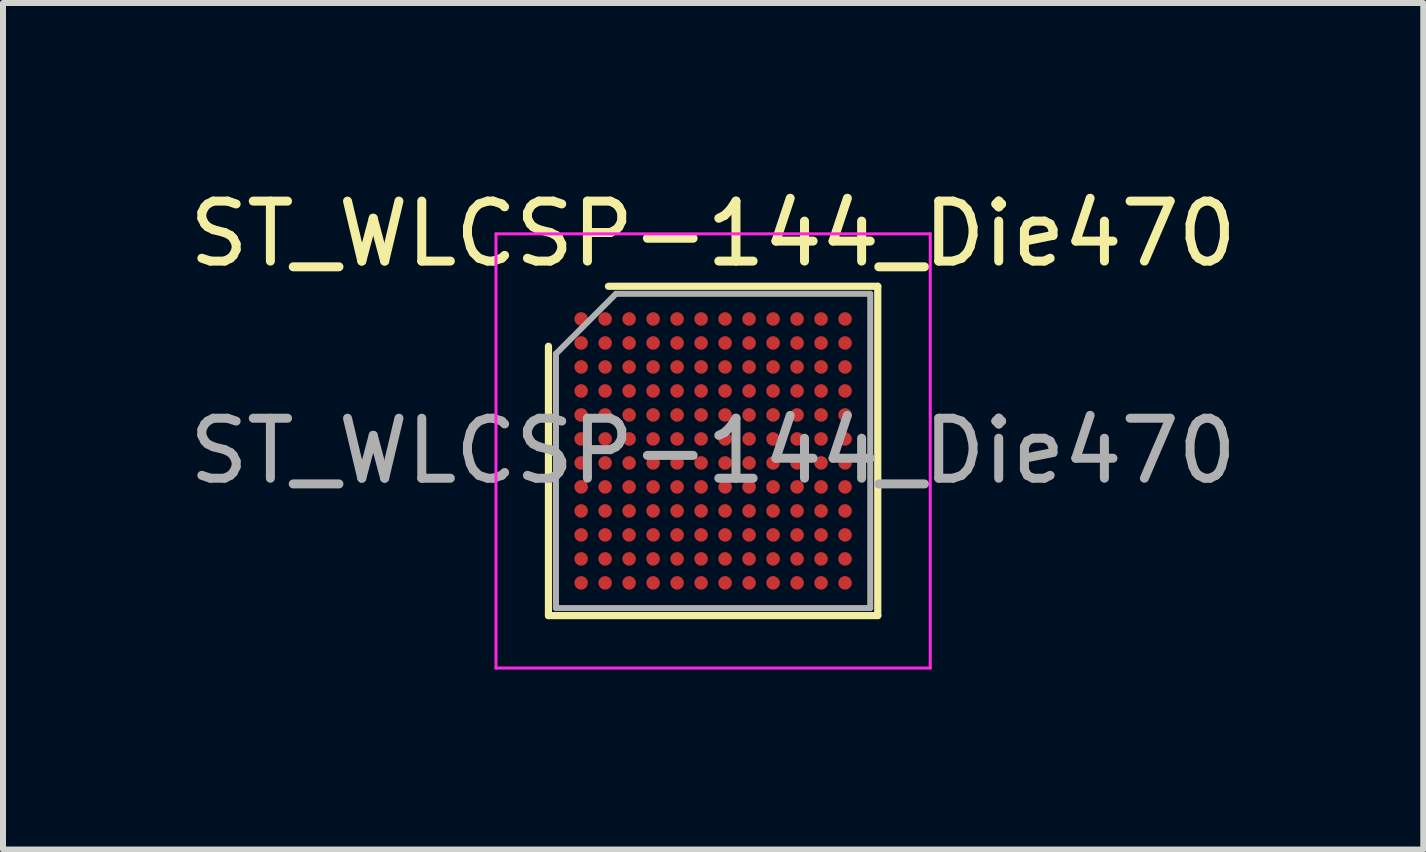
<source format=kicad_pcb>
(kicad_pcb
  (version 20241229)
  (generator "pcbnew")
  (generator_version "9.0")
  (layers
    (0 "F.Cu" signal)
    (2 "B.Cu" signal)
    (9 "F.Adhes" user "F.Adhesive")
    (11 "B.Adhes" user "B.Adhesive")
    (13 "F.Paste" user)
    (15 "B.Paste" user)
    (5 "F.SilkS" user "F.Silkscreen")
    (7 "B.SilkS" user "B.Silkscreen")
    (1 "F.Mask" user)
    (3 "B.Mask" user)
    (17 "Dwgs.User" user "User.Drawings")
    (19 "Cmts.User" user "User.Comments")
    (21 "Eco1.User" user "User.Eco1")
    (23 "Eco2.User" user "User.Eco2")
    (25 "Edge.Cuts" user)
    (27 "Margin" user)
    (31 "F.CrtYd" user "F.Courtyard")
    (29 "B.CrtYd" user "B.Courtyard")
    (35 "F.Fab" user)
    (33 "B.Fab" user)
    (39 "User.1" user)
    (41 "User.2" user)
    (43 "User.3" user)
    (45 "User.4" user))
  (footprint "ST_WLCSP-144_Die470"
    (layer "F.Cu")
    (at 8.839 4.468)
    (property "Reference" "ST_WLCSP-144_Die470" (at 0 -3.62 0) (layer "F.SilkS") (effects (font (size 1 1) (thickness 0.15))))
    (attr smd)
    (fp_line (start -2.745 2.745) (end -2.745 -1.745) (stroke (width 0.12) (type solid)) (layer "F.SilkS"))
    (fp_line (start -1.745 -2.745) (end 2.745 -2.745) (stroke (width 0.12) (type solid)) (layer "F.SilkS"))
    (fp_line (start 2.745 -2.745) (end 2.745 2.745) (stroke (width 0.12) (type solid)) (layer "F.SilkS"))
    (fp_line (start 2.745 2.745) (end -2.745 2.745) (stroke (width 0.12) (type solid)) (layer "F.SilkS"))
    (fp_line (start -3.62 -3.62) (end -3.62 3.62) (stroke (width 0.05) (type solid)) (layer "F.CrtYd"))
    (fp_line (start -3.62 3.62) (end 3.62 3.62) (stroke (width 0.05) (type solid)) (layer "F.CrtYd"))
    (fp_line (start 3.62 -3.62) (end -3.62 -3.62) (stroke (width 0.05) (type solid)) (layer "F.CrtYd"))
    (fp_line (start 3.62 3.62) (end 3.62 -3.62) (stroke (width 0.05) (type solid)) (layer "F.CrtYd"))
    (fp_line (start -2.62 -1.62) (end -1.62 -2.62) (stroke (width 0.1) (type solid)) (layer "F.Fab"))
    (fp_line (start -2.62 2.62) (end -2.62 -1.62) (stroke (width 0.1) (type solid)) (layer "F.Fab"))
    (fp_line (start -1.62 -2.62) (end 2.62 -2.62) (stroke (width 0.1) (type solid)) (layer "F.Fab"))
    (fp_line (start 2.62 -2.62) (end 2.62 2.62) (stroke (width 0.1) (type solid)) (layer "F.Fab"))
    (fp_line (start 2.62 2.62) (end -2.62 2.62) (stroke (width 0.1) (type solid)) (layer "F.Fab"))
    (fp_text user "${REFERENCE}" (at 0 0 0) (layer "F.Fab") (effects (font (size 1 1) (thickness 0.15))))
    (pad "A1" smd circle (at -2.2 -2.2) (size 0.225 0.225) (layers "F.Cu" "F.Mask" "F.Paste"))
    (pad "A2" smd circle (at -1.8 -2.2) (size 0.225 0.225) (layers "F.Cu" "F.Mask" "F.Paste"))
    (pad "A3" smd circle (at -1.4 -2.2) (size 0.225 0.225) (layers "F.Cu" "F.Mask" "F.Paste"))
    (pad "A4" smd circle (at -1 -2.2) (size 0.225 0.225) (layers "F.Cu" "F.Mask" "F.Paste"))
    (pad "A5" smd circle (at -0.6 -2.2) (size 0.225 0.225) (layers "F.Cu" "F.Mask" "F.Paste"))
    (pad "A6" smd circle (at -0.2 -2.2) (size 0.225 0.225) (layers "F.Cu" "F.Mask" "F.Paste"))
    (pad "A7" smd circle (at 0.2 -2.2) (size 0.225 0.225) (layers "F.Cu" "F.Mask" "F.Paste"))
    (pad "A8" smd circle (at 0.6 -2.2) (size 0.225 0.225) (layers "F.Cu" "F.Mask" "F.Paste"))
    (pad "A9" smd circle (at 1 -2.2) (size 0.225 0.225) (layers "F.Cu" "F.Mask" "F.Paste"))
    (pad "A10" smd circle (at 1.4 -2.2) (size 0.225 0.225) (layers "F.Cu" "F.Mask" "F.Paste"))
    (pad "A11" smd circle (at 1.8 -2.2) (size 0.225 0.225) (layers "F.Cu" "F.Mask" "F.Paste"))
    (pad "A12" smd circle (at 2.2 -2.2) (size 0.225 0.225) (layers "F.Cu" "F.Mask" "F.Paste"))
    (pad "B1" smd circle (at -2.2 -1.8) (size 0.225 0.225) (layers "F.Cu" "F.Mask" "F.Paste"))
    (pad "B2" smd circle (at -1.8 -1.8) (size 0.225 0.225) (layers "F.Cu" "F.Mask" "F.Paste"))
    (pad "B3" smd circle (at -1.4 -1.8) (size 0.225 0.225) (layers "F.Cu" "F.Mask" "F.Paste"))
    (pad "B4" smd circle (at -1 -1.8) (size 0.225 0.225) (layers "F.Cu" "F.Mask" "F.Paste"))
    (pad "B5" smd circle (at -0.6 -1.8) (size 0.225 0.225) (layers "F.Cu" "F.Mask" "F.Paste"))
    (pad "B6" smd circle (at -0.2 -1.8) (size 0.225 0.225) (layers "F.Cu" "F.Mask" "F.Paste"))
    (pad "B7" smd circle (at 0.2 -1.8) (size 0.225 0.225) (layers "F.Cu" "F.Mask" "F.Paste"))
    (pad "B8" smd circle (at 0.6 -1.8) (size 0.225 0.225) (layers "F.Cu" "F.Mask" "F.Paste"))
    (pad "B9" smd circle (at 1 -1.8) (size 0.225 0.225) (layers "F.Cu" "F.Mask" "F.Paste"))
    (pad "B10" smd circle (at 1.4 -1.8) (size 0.225 0.225) (layers "F.Cu" "F.Mask" "F.Paste"))
    (pad "B11" smd circle (at 1.8 -1.8) (size 0.225 0.225) (layers "F.Cu" "F.Mask" "F.Paste"))
    (pad "B12" smd circle (at 2.2 -1.8) (size 0.225 0.225) (layers "F.Cu" "F.Mask" "F.Paste"))
    (pad "C1" smd circle (at -2.2 -1.4) (size 0.225 0.225) (layers "F.Cu" "F.Mask" "F.Paste"))
    (pad "C2" smd circle (at -1.8 -1.4) (size 0.225 0.225) (layers "F.Cu" "F.Mask" "F.Paste"))
    (pad "C3" smd circle (at -1.4 -1.4) (size 0.225 0.225) (layers "F.Cu" "F.Mask" "F.Paste"))
    (pad "C4" smd circle (at -1 -1.4) (size 0.225 0.225) (layers "F.Cu" "F.Mask" "F.Paste"))
    (pad "C5" smd circle (at -0.6 -1.4) (size 0.225 0.225) (layers "F.Cu" "F.Mask" "F.Paste"))
    (pad "C6" smd circle (at -0.2 -1.4) (size 0.225 0.225) (layers "F.Cu" "F.Mask" "F.Paste"))
    (pad "C7" smd circle (at 0.2 -1.4) (size 0.225 0.225) (layers "F.Cu" "F.Mask" "F.Paste"))
    (pad "C8" smd circle (at 0.6 -1.4) (size 0.225 0.225) (layers "F.Cu" "F.Mask" "F.Paste"))
    (pad "C9" smd circle (at 1 -1.4) (size 0.225 0.225) (layers "F.Cu" "F.Mask" "F.Paste"))
    (pad "C10" smd circle (at 1.4 -1.4) (size 0.225 0.225) (layers "F.Cu" "F.Mask" "F.Paste"))
    (pad "C11" smd circle (at 1.8 -1.4) (size 0.225 0.225) (layers "F.Cu" "F.Mask" "F.Paste"))
    (pad "C12" smd circle (at 2.2 -1.4) (size 0.225 0.225) (layers "F.Cu" "F.Mask" "F.Paste"))
    (pad "D1" smd circle (at -2.2 -1) (size 0.225 0.225) (layers "F.Cu" "F.Mask" "F.Paste"))
    (pad "D2" smd circle (at -1.8 -1) (size 0.225 0.225) (layers "F.Cu" "F.Mask" "F.Paste"))
    (pad "D3" smd circle (at -1.4 -1) (size 0.225 0.225) (layers "F.Cu" "F.Mask" "F.Paste"))
    (pad "D4" smd circle (at -1 -1) (size 0.225 0.225) (layers "F.Cu" "F.Mask" "F.Paste"))
    (pad "D5" smd circle (at -0.6 -1) (size 0.225 0.225) (layers "F.Cu" "F.Mask" "F.Paste"))
    (pad "D6" smd circle (at -0.2 -1) (size 0.225 0.225) (layers "F.Cu" "F.Mask" "F.Paste"))
    (pad "D7" smd circle (at 0.2 -1) (size 0.225 0.225) (layers "F.Cu" "F.Mask" "F.Paste"))
    (pad "D8" smd circle (at 0.6 -1) (size 0.225 0.225) (layers "F.Cu" "F.Mask" "F.Paste"))
    (pad "D9" smd circle (at 1 -1) (size 0.225 0.225) (layers "F.Cu" "F.Mask" "F.Paste"))
    (pad "D10" smd circle (at 1.4 -1) (size 0.225 0.225) (layers "F.Cu" "F.Mask" "F.Paste"))
    (pad "D11" smd circle (at 1.8 -1) (size 0.225 0.225) (layers "F.Cu" "F.Mask" "F.Paste"))
    (pad "D12" smd circle (at 2.2 -1) (size 0.225 0.225) (layers "F.Cu" "F.Mask" "F.Paste"))
    (pad "E1" smd circle (at -2.2 -0.6) (size 0.225 0.225) (layers "F.Cu" "F.Mask" "F.Paste"))
    (pad "E2" smd circle (at -1.8 -0.6) (size 0.225 0.225) (layers "F.Cu" "F.Mask" "F.Paste"))
    (pad "E3" smd circle (at -1.4 -0.6) (size 0.225 0.225) (layers "F.Cu" "F.Mask" "F.Paste"))
    (pad "E4" smd circle (at -1 -0.6) (size 0.225 0.225) (layers "F.Cu" "F.Mask" "F.Paste"))
    (pad "E5" smd circle (at -0.6 -0.6) (size 0.225 0.225) (layers "F.Cu" "F.Mask" "F.Paste"))
    (pad "E6" smd circle (at -0.2 -0.6) (size 0.225 0.225) (layers "F.Cu" "F.Mask" "F.Paste"))
    (pad "E7" smd circle (at 0.2 -0.6) (size 0.225 0.225) (layers "F.Cu" "F.Mask" "F.Paste"))
    (pad "E8" smd circle (at 0.6 -0.6) (size 0.225 0.225) (layers "F.Cu" "F.Mask" "F.Paste"))
    (pad "E9" smd circle (at 1 -0.6) (size 0.225 0.225) (layers "F.Cu" "F.Mask" "F.Paste"))
    (pad "E10" smd circle (at 1.4 -0.6) (size 0.225 0.225) (layers "F.Cu" "F.Mask" "F.Paste"))
    (pad "E11" smd circle (at 1.8 -0.6) (size 0.225 0.225) (layers "F.Cu" "F.Mask" "F.Paste"))
    (pad "E12" smd circle (at 2.2 -0.6) (size 0.225 0.225) (layers "F.Cu" "F.Mask" "F.Paste"))
    (pad "F1" smd circle (at -2.2 -0.2) (size 0.225 0.225) (layers "F.Cu" "F.Mask" "F.Paste"))
    (pad "F2" smd circle (at -1.8 -0.2) (size 0.225 0.225) (layers "F.Cu" "F.Mask" "F.Paste"))
    (pad "F3" smd circle (at -1.4 -0.2) (size 0.225 0.225) (layers "F.Cu" "F.Mask" "F.Paste"))
    (pad "F4" smd circle (at -1 -0.2) (size 0.225 0.225) (layers "F.Cu" "F.Mask" "F.Paste"))
    (pad "F5" smd circle (at -0.6 -0.2) (size 0.225 0.225) (layers "F.Cu" "F.Mask" "F.Paste"))
    (pad "F6" smd circle (at -0.2 -0.2) (size 0.225 0.225) (layers "F.Cu" "F.Mask" "F.Paste"))
    (pad "F7" smd circle (at 0.2 -0.2) (size 0.225 0.225) (layers "F.Cu" "F.Mask" "F.Paste"))
    (pad "F8" smd circle (at 0.6 -0.2) (size 0.225 0.225) (layers "F.Cu" "F.Mask" "F.Paste"))
    (pad "F9" smd circle (at 1 -0.2) (size 0.225 0.225) (layers "F.Cu" "F.Mask" "F.Paste"))
    (pad "F10" smd circle (at 1.4 -0.2) (size 0.225 0.225) (layers "F.Cu" "F.Mask" "F.Paste"))
    (pad "F11" smd circle (at 1.8 -0.2) (size 0.225 0.225) (layers "F.Cu" "F.Mask" "F.Paste"))
    (pad "F12" smd circle (at 2.2 -0.2) (size 0.225 0.225) (layers "F.Cu" "F.Mask" "F.Paste"))
    (pad "G1" smd circle (at -2.2 0.2) (size 0.225 0.225) (layers "F.Cu" "F.Mask" "F.Paste"))
    (pad "G2" smd circle (at -1.8 0.2) (size 0.225 0.225) (layers "F.Cu" "F.Mask" "F.Paste"))
    (pad "G3" smd circle (at -1.4 0.2) (size 0.225 0.225) (layers "F.Cu" "F.Mask" "F.Paste"))
    (pad "G4" smd circle (at -1 0.2) (size 0.225 0.225) (layers "F.Cu" "F.Mask" "F.Paste"))
    (pad "G5" smd circle (at -0.6 0.2) (size 0.225 0.225) (layers "F.Cu" "F.Mask" "F.Paste"))
    (pad "G6" smd circle (at -0.2 0.2) (size 0.225 0.225) (layers "F.Cu" "F.Mask" "F.Paste"))
    (pad "G7" smd circle (at 0.2 0.2) (size 0.225 0.225) (layers "F.Cu" "F.Mask" "F.Paste"))
    (pad "G8" smd circle (at 0.6 0.2) (size 0.225 0.225) (layers "F.Cu" "F.Mask" "F.Paste"))
    (pad "G9" smd circle (at 1 0.2) (size 0.225 0.225) (layers "F.Cu" "F.Mask" "F.Paste"))
    (pad "G10" smd circle (at 1.4 0.2) (size 0.225 0.225) (layers "F.Cu" "F.Mask" "F.Paste"))
    (pad "G11" smd circle (at 1.8 0.2) (size 0.225 0.225) (layers "F.Cu" "F.Mask" "F.Paste"))
    (pad "G12" smd circle (at 2.2 0.2) (size 0.225 0.225) (layers "F.Cu" "F.Mask" "F.Paste"))
    (pad "H1" smd circle (at -2.2 0.6) (size 0.225 0.225) (layers "F.Cu" "F.Mask" "F.Paste"))
    (pad "H2" smd circle (at -1.8 0.6) (size 0.225 0.225) (layers "F.Cu" "F.Mask" "F.Paste"))
    (pad "H3" smd circle (at -1.4 0.6) (size 0.225 0.225) (layers "F.Cu" "F.Mask" "F.Paste"))
    (pad "H4" smd circle (at -1 0.6) (size 0.225 0.225) (layers "F.Cu" "F.Mask" "F.Paste"))
    (pad "H5" smd circle (at -0.6 0.6) (size 0.225 0.225) (layers "F.Cu" "F.Mask" "F.Paste"))
    (pad "H6" smd circle (at -0.2 0.6) (size 0.225 0.225) (layers "F.Cu" "F.Mask" "F.Paste"))
    (pad "H7" smd circle (at 0.2 0.6) (size 0.225 0.225) (layers "F.Cu" "F.Mask" "F.Paste"))
    (pad "H8" smd circle (at 0.6 0.6) (size 0.225 0.225) (layers "F.Cu" "F.Mask" "F.Paste"))
    (pad "H9" smd circle (at 1 0.6) (size 0.225 0.225) (layers "F.Cu" "F.Mask" "F.Paste"))
    (pad "H10" smd circle (at 1.4 0.6) (size 0.225 0.225) (layers "F.Cu" "F.Mask" "F.Paste"))
    (pad "H11" smd circle (at 1.8 0.6) (size 0.225 0.225) (layers "F.Cu" "F.Mask" "F.Paste"))
    (pad "H12" smd circle (at 2.2 0.6) (size 0.225 0.225) (layers "F.Cu" "F.Mask" "F.Paste"))
    (pad "J1" smd circle (at -2.2 1) (size 0.225 0.225) (layers "F.Cu" "F.Mask" "F.Paste"))
    (pad "J2" smd circle (at -1.8 1) (size 0.225 0.225) (layers "F.Cu" "F.Mask" "F.Paste"))
    (pad "J3" smd circle (at -1.4 1) (size 0.225 0.225) (layers "F.Cu" "F.Mask" "F.Paste"))
    (pad "J4" smd circle (at -1 1) (size 0.225 0.225) (layers "F.Cu" "F.Mask" "F.Paste"))
    (pad "J5" smd circle (at -0.6 1) (size 0.225 0.225) (layers "F.Cu" "F.Mask" "F.Paste"))
    (pad "J6" smd circle (at -0.2 1) (size 0.225 0.225) (layers "F.Cu" "F.Mask" "F.Paste"))
    (pad "J7" smd circle (at 0.2 1) (size 0.225 0.225) (layers "F.Cu" "F.Mask" "F.Paste"))
    (pad "J8" smd circle (at 0.6 1) (size 0.225 0.225) (layers "F.Cu" "F.Mask" "F.Paste"))
    (pad "J9" smd circle (at 1 1) (size 0.225 0.225) (layers "F.Cu" "F.Mask" "F.Paste"))
    (pad "J10" smd circle (at 1.4 1) (size 0.225 0.225) (layers "F.Cu" "F.Mask" "F.Paste"))
    (pad "J11" smd circle (at 1.8 1) (size 0.225 0.225) (layers "F.Cu" "F.Mask" "F.Paste"))
    (pad "J12" smd circle (at 2.2 1) (size 0.225 0.225) (layers "F.Cu" "F.Mask" "F.Paste"))
    (pad "K1" smd circle (at -2.2 1.4) (size 0.225 0.225) (layers "F.Cu" "F.Mask" "F.Paste"))
    (pad "K2" smd circle (at -1.8 1.4) (size 0.225 0.225) (layers "F.Cu" "F.Mask" "F.Paste"))
    (pad "K3" smd circle (at -1.4 1.4) (size 0.225 0.225) (layers "F.Cu" "F.Mask" "F.Paste"))
    (pad "K4" smd circle (at -1 1.4) (size 0.225 0.225) (layers "F.Cu" "F.Mask" "F.Paste"))
    (pad "K5" smd circle (at -0.6 1.4) (size 0.225 0.225) (layers "F.Cu" "F.Mask" "F.Paste"))
    (pad "K6" smd circle (at -0.2 1.4) (size 0.225 0.225) (layers "F.Cu" "F.Mask" "F.Paste"))
    (pad "K7" smd circle (at 0.2 1.4) (size 0.225 0.225) (layers "F.Cu" "F.Mask" "F.Paste"))
    (pad "K8" smd circle (at 0.6 1.4) (size 0.225 0.225) (layers "F.Cu" "F.Mask" "F.Paste"))
    (pad "K9" smd circle (at 1 1.4) (size 0.225 0.225) (layers "F.Cu" "F.Mask" "F.Paste"))
    (pad "K10" smd circle (at 1.4 1.4) (size 0.225 0.225) (layers "F.Cu" "F.Mask" "F.Paste"))
    (pad "K11" smd circle (at 1.8 1.4) (size 0.225 0.225) (layers "F.Cu" "F.Mask" "F.Paste"))
    (pad "K12" smd circle (at 2.2 1.4) (size 0.225 0.225) (layers "F.Cu" "F.Mask" "F.Paste"))
    (pad "L1" smd circle (at -2.2 1.8) (size 0.225 0.225) (layers "F.Cu" "F.Mask" "F.Paste"))
    (pad "L2" smd circle (at -1.8 1.8) (size 0.225 0.225) (layers "F.Cu" "F.Mask" "F.Paste"))
    (pad "L3" smd circle (at -1.4 1.8) (size 0.225 0.225) (layers "F.Cu" "F.Mask" "F.Paste"))
    (pad "L4" smd circle (at -1 1.8) (size 0.225 0.225) (layers "F.Cu" "F.Mask" "F.Paste"))
    (pad "L5" smd circle (at -0.6 1.8) (size 0.225 0.225) (layers "F.Cu" "F.Mask" "F.Paste"))
    (pad "L6" smd circle (at -0.2 1.8) (size 0.225 0.225) (layers "F.Cu" "F.Mask" "F.Paste"))
    (pad "L7" smd circle (at 0.2 1.8) (size 0.225 0.225) (layers "F.Cu" "F.Mask" "F.Paste"))
    (pad "L8" smd circle (at 0.6 1.8) (size 0.225 0.225) (layers "F.Cu" "F.Mask" "F.Paste"))
    (pad "L9" smd circle (at 1 1.8) (size 0.225 0.225) (layers "F.Cu" "F.Mask" "F.Paste"))
    (pad "L10" smd circle (at 1.4 1.8) (size 0.225 0.225) (layers "F.Cu" "F.Mask" "F.Paste"))
    (pad "L11" smd circle (at 1.8 1.8) (size 0.225 0.225) (layers "F.Cu" "F.Mask" "F.Paste"))
    (pad "L12" smd circle (at 2.2 1.8) (size 0.225 0.225) (layers "F.Cu" "F.Mask" "F.Paste"))
    (pad "M1" smd circle (at -2.2 2.2) (size 0.225 0.225) (layers "F.Cu" "F.Mask" "F.Paste"))
    (pad "M2" smd circle (at -1.8 2.2) (size 0.225 0.225) (layers "F.Cu" "F.Mask" "F.Paste"))
    (pad "M3" smd circle (at -1.4 2.2) (size 0.225 0.225) (layers "F.Cu" "F.Mask" "F.Paste"))
    (pad "M4" smd circle (at -1 2.2) (size 0.225 0.225) (layers "F.Cu" "F.Mask" "F.Paste"))
    (pad "M5" smd circle (at -0.6 2.2) (size 0.225 0.225) (layers "F.Cu" "F.Mask" "F.Paste"))
    (pad "M6" smd circle (at -0.2 2.2) (size 0.225 0.225) (layers "F.Cu" "F.Mask" "F.Paste"))
    (pad "M7" smd circle (at 0.2 2.2) (size 0.225 0.225) (layers "F.Cu" "F.Mask" "F.Paste"))
    (pad "M8" smd circle (at 0.6 2.2) (size 0.225 0.225) (layers "F.Cu" "F.Mask" "F.Paste"))
    (pad "M9" smd circle (at 1 2.2) (size 0.225 0.225) (layers "F.Cu" "F.Mask" "F.Paste"))
    (pad "M10" smd circle (at 1.4 2.2) (size 0.225 0.225) (layers "F.Cu" "F.Mask" "F.Paste"))
    (pad "M11" smd circle (at 1.8 2.2) (size 0.225 0.225) (layers "F.Cu" "F.Mask" "F.Paste"))
    (pad "M12" smd circle (at 2.2 2.2) (size 0.225 0.225) (layers "F.Cu" "F.Mask" "F.Paste")))
  (gr_rect
    (start -3 -3)
    (end 20.679 11.113)
    (stroke (width 0.1) (type default))
    (fill no)
    (layer "Edge.Cuts")))
</source>
